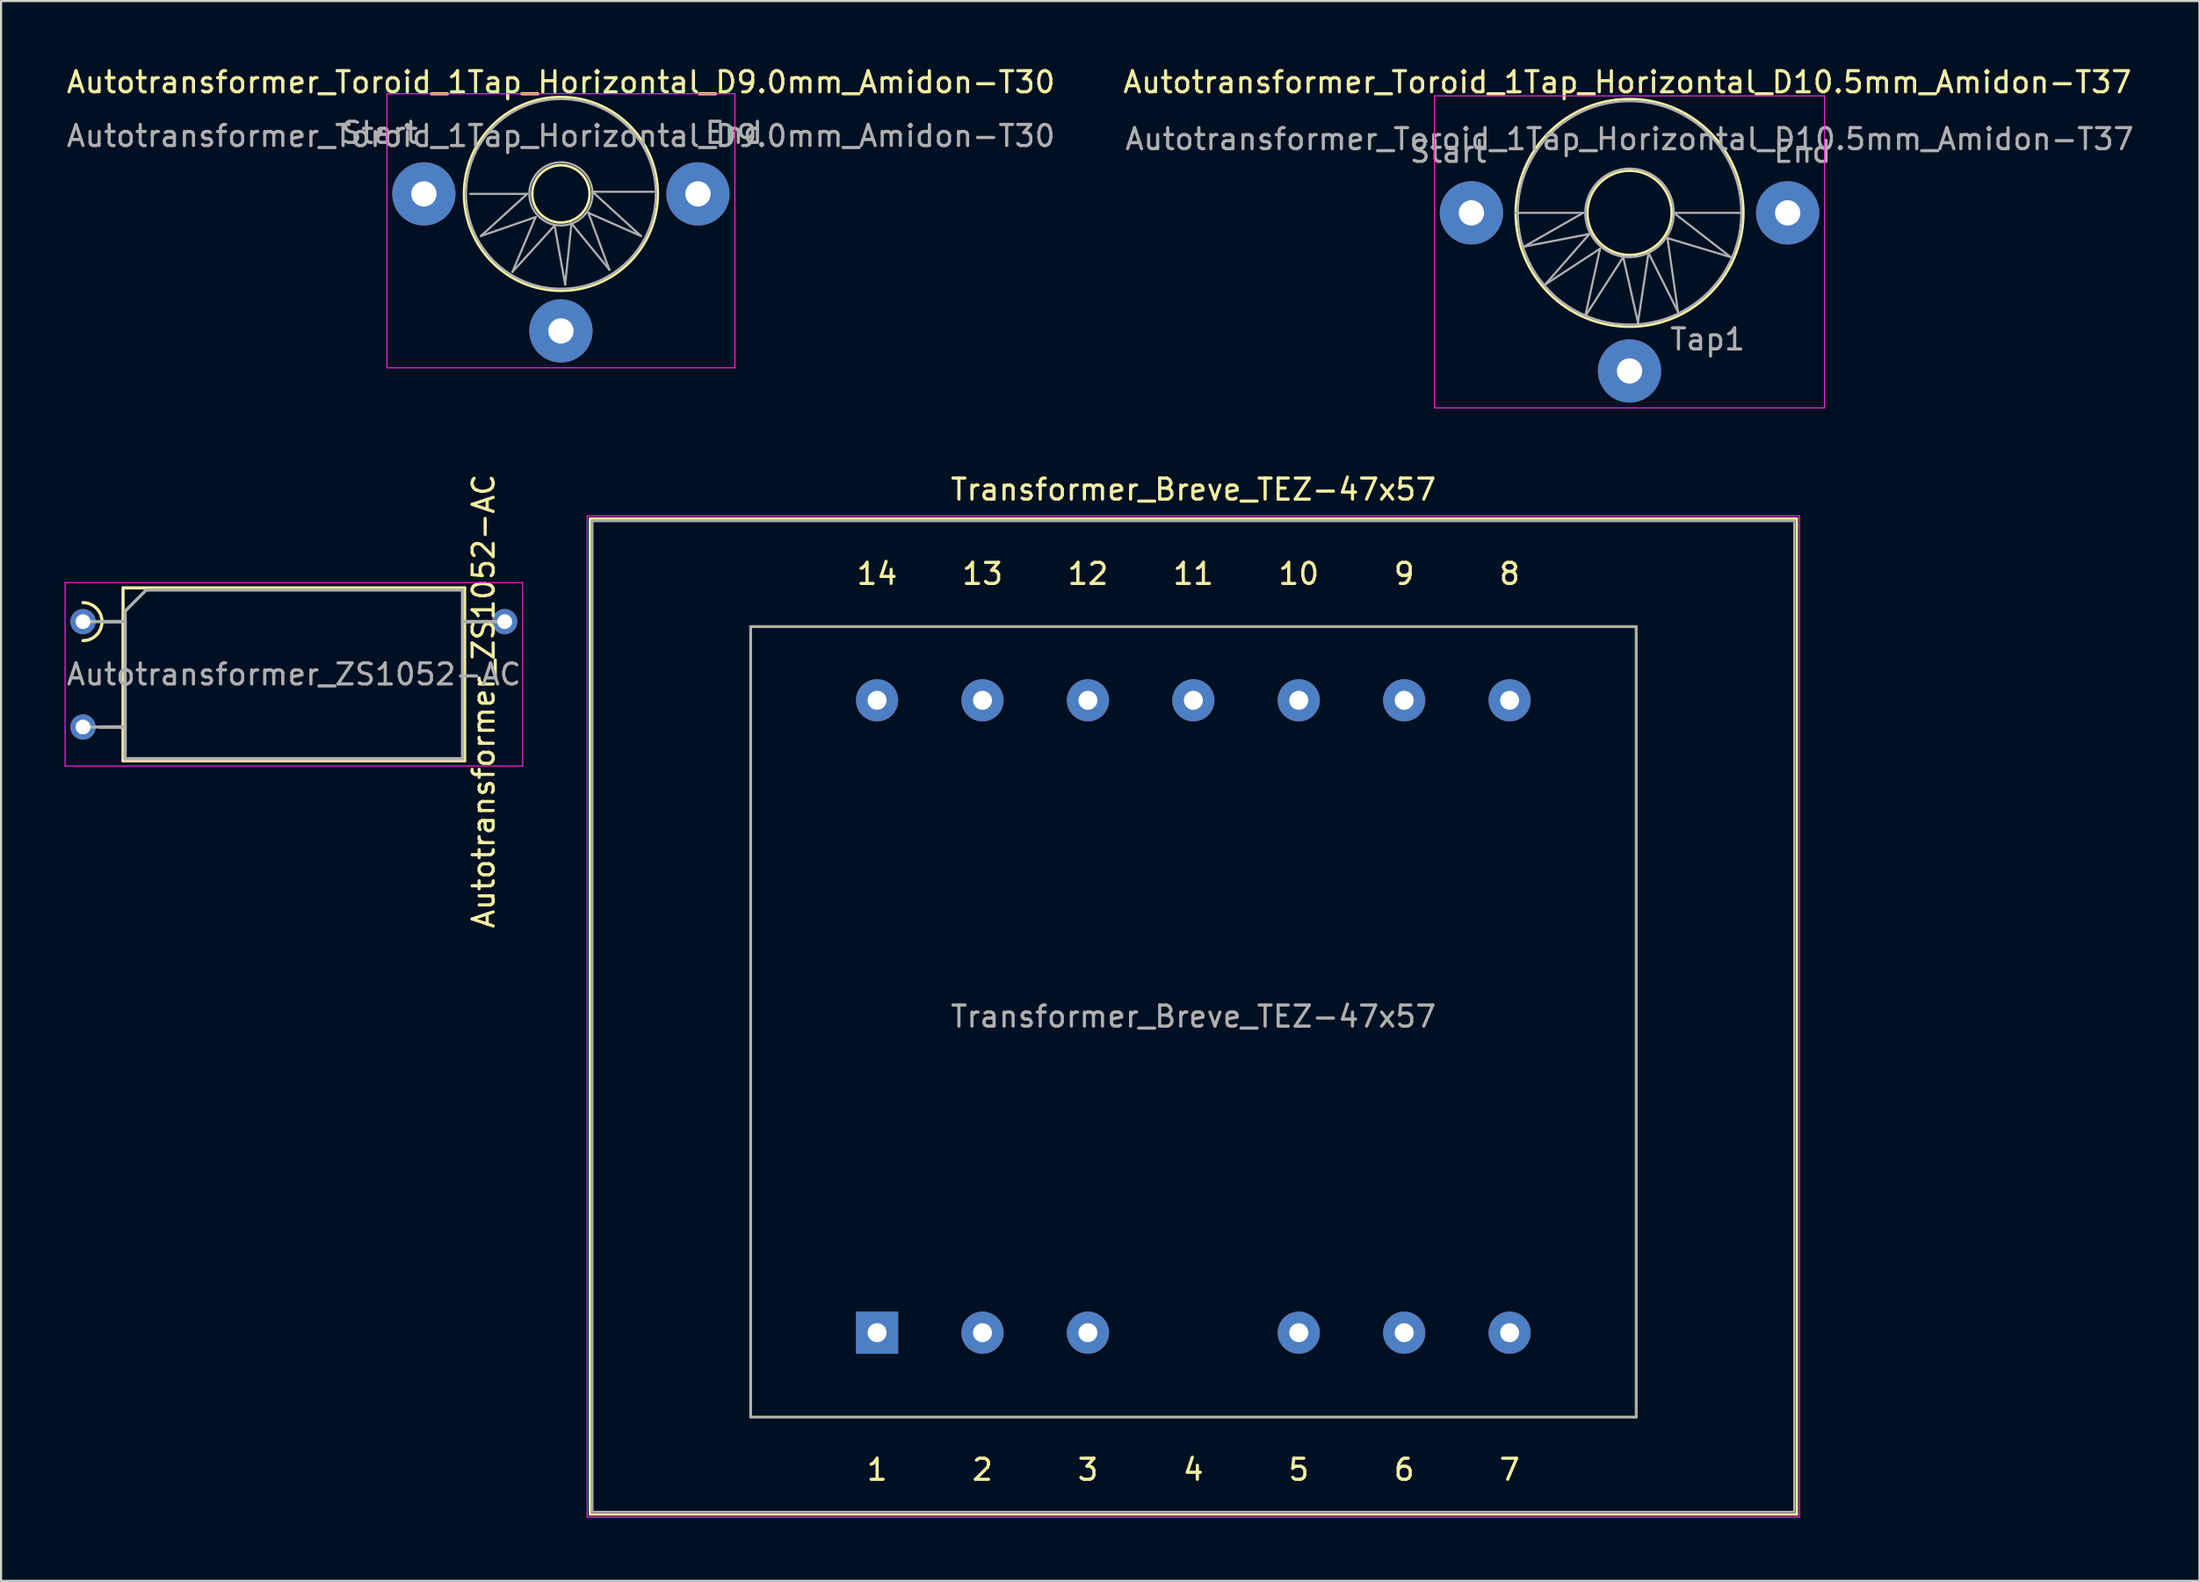
<source format=kicad_pcb>
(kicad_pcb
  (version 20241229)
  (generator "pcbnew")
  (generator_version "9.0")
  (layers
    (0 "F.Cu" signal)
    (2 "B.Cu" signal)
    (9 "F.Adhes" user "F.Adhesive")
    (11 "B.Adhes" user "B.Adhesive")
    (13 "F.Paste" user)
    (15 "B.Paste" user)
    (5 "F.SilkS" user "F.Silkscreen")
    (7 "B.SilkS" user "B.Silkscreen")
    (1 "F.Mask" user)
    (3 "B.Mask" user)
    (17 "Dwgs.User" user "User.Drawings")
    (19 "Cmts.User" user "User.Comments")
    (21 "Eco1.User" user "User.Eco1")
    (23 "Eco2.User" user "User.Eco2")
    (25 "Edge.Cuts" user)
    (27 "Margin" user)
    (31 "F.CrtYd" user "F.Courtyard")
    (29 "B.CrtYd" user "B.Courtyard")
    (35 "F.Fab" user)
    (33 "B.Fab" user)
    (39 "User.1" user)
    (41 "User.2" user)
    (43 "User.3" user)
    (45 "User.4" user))
  (footprint "Autotransformer_Toroid_1Tap_Horizontal_D10.5mm_Amidon-T37"
    (layer "F.Cu")
    (at 66.737 7.048)
    (property "Reference" "Autotransformer_Toroid_1Tap_Horizontal_D10.5mm_Amidon-T37" (at 7.4 -6.2 0) (layer "F.SilkS") (effects (font (size 1 1) (thickness 0.15))))
    (attr through_hole)
    (fp_circle (center 7.5 0) (end 9.5 0) (stroke (width 0.12) (type solid)) (fill no) (layer "F.SilkS"))
    (fp_circle (center 7.5 0) (end 12.9 0) (stroke (width 0.12) (type solid)) (fill no) (layer "F.SilkS"))
    (fp_line (start -1.75 -5.55) (end -1.75 9.25) (stroke (width 0.05) (type solid)) (layer "F.CrtYd"))
    (fp_line (start -1.75 -5.55) (end 16.75 -5.55) (stroke (width 0.05) (type solid)) (layer "F.CrtYd"))
    (fp_line (start 16.75 9.25) (end -1.75 9.25) (stroke (width 0.05) (type solid)) (layer "F.CrtYd"))
    (fp_line (start 16.75 9.25) (end 16.75 -5.55) (stroke (width 0.05) (type solid)) (layer "F.CrtYd"))
    (fp_line (start 2.1 0) (end 5.3 0) (stroke (width 0.1) (type solid)) (layer "F.Fab"))
    (fp_line (start 2.5 1.6) (end 5.6 1) (stroke (width 0.1) (type solid)) (layer "F.Fab"))
    (fp_line (start 3.5 3.4) (end 6.1 1.7) (stroke (width 0.1) (type solid)) (layer "F.Fab"))
    (fp_line (start 5.3 0) (end 2.5 1.6) (stroke (width 0.1) (type solid)) (layer "F.Fab"))
    (fp_line (start 5.4 4.9) (end 7.2 2.1) (stroke (width 0.1) (type solid)) (layer "F.Fab"))
    (fp_line (start 5.6 1) (end 3.5 3.4) (stroke (width 0.1) (type solid)) (layer "F.Fab"))
    (fp_line (start 6.1 1.7) (end 5.4 4.9) (stroke (width 0.1) (type solid)) (layer "F.Fab"))
    (fp_line (start 7.2 2.1) (end 7.9 5.2) (stroke (width 0.1) (type solid)) (layer "F.Fab"))
    (fp_line (start 7.9 5.2) (end 8.4 1.9) (stroke (width 0.1) (type solid)) (layer "F.Fab"))
    (fp_line (start 8.4 1.9) (end 9.8 4.7) (stroke (width 0.1) (type solid)) (layer "F.Fab"))
    (fp_line (start 9.3 1.2) (end 12.3 2.1) (stroke (width 0.1) (type solid)) (layer "F.Fab"))
    (fp_line (start 9.6 0) (end 12.8 0) (stroke (width 0.1) (type solid)) (layer "F.Fab"))
    (fp_line (start 9.8 4.7) (end 9.3 1.2) (stroke (width 0.1) (type solid)) (layer "F.Fab"))
    (fp_line (start 12.3 2.1) (end 9.6 0) (stroke (width 0.1) (type solid)) (layer "F.Fab"))
    (fp_circle (center 7.5 0) (end 9.6 0) (stroke (width 0.1) (type solid)) (fill no) (layer "F.Fab"))
    (fp_circle (center 7.5 0) (end 12.8 0) (stroke (width 0.1) (type solid)) (fill no) (layer "F.Fab"))
    (fp_text user "Start" (at -1.1 -2.9 0) (layer "F.Fab") (effects (font (size 1 1) (thickness 0.15))))
    (fp_text user "${REFERENCE}" (at 7.5 -3.5 0) (layer "F.Fab") (effects (font (size 1 1) (thickness 0.15))))
    (fp_text user "End" (at 15.7 -2.9 0) (layer "F.Fab") (effects (font (size 1 1) (thickness 0.15))))
    (fp_text user "Tap1" (at 11.2 6 0) (layer "F.Fab") (effects (font (size 1 1) (thickness 0.15))))
    (pad "1" thru_hole circle (at 0 0) (size 3 3) (drill 1.2) (layers "*.Cu" "*.Mask"))
    (pad "2" thru_hole circle (at 7.5 7.5) (size 3 3) (drill 1.2) (layers "*.Cu" "*.Mask"))
    (pad "3" thru_hole circle (at 15 0) (size 3 3) (drill 1.2) (layers "*.Cu" "*.Mask")))
  (footprint "Transformer_Breve_TEZ-47x57"
    (layer "F.Cu")
    (at 38.549 60.172)
    (property "Reference" "Transformer_Breve_TEZ-47x57" (at 15 -40 0) (layer "F.SilkS") (effects (font (size 1 1) (thickness 0.15))))
    (attr through_hole)
    (fp_line (start -13.62 -38.62) (end -13.62 8.62) (stroke (width 0.12) (type solid)) (layer "F.SilkS"))
    (fp_line (start -13.62 -38.62) (end 43.62 -38.62) (stroke (width 0.12) (type solid)) (layer "F.SilkS"))
    (fp_line (start -6 -33.5) (end -6 4) (stroke (width 0.12) (type solid)) (layer "F.SilkS"))
    (fp_line (start -6 4) (end 36 4) (stroke (width 0.12) (type solid)) (layer "F.SilkS"))
    (fp_line (start 36 -33.5) (end -6 -33.5) (stroke (width 0.12) (type solid)) (layer "F.SilkS"))
    (fp_line (start 36 4) (end 36 -33.5) (stroke (width 0.12) (type solid)) (layer "F.SilkS"))
    (fp_line (start 43.62 8.62) (end -13.62 8.62) (stroke (width 0.12) (type solid)) (layer "F.SilkS"))
    (fp_line (start 43.62 8.62) (end 43.62 -38.62) (stroke (width 0.12) (type solid)) (layer "F.SilkS"))
    (fp_line (start -13.75 -38.75) (end -13.75 8.75) (stroke (width 0.05) (type solid)) (layer "F.CrtYd"))
    (fp_line (start -13.75 -38.75) (end 43.75 -38.75) (stroke (width 0.05) (type solid)) (layer "F.CrtYd"))
    (fp_line (start 43.75 8.75) (end -13.75 8.75) (stroke (width 0.05) (type solid)) (layer "F.CrtYd"))
    (fp_line (start 43.75 8.75) (end 43.75 -38.75) (stroke (width 0.05) (type solid)) (layer "F.CrtYd"))
    (fp_line (start -13.5 -38.5) (end -13.5 8.5) (stroke (width 0.1) (type solid)) (layer "F.Fab"))
    (fp_line (start -13.5 -38.5) (end 43.5 -38.5) (stroke (width 0.1) (type solid)) (layer "F.Fab"))
    (fp_line (start -6 -33.5) (end -6 4) (stroke (width 0.1) (type solid)) (layer "F.Fab"))
    (fp_line (start -6 4) (end 36 4) (stroke (width 0.1) (type solid)) (layer "F.Fab"))
    (fp_line (start 36 -33.5) (end -6 -33.5) (stroke (width 0.1) (type solid)) (layer "F.Fab"))
    (fp_line (start 36 4) (end 36 -33.5) (stroke (width 0.1) (type solid)) (layer "F.Fab"))
    (fp_line (start 43.5 -38.5) (end 43.5 8.5) (stroke (width 0.1) (type solid)) (layer "F.Fab"))
    (fp_line (start 43.5 8.5) (end -13.5 8.5) (stroke (width 0.1) (type solid)) (layer "F.Fab"))
    (fp_text user "8" (at 30 -36 0) (layer "F.SilkS") (effects (font (size 1 1) (thickness 0.15))))
    (fp_text user "10" (at 20 -36 0) (layer "F.SilkS") (effects (font (size 1 1) (thickness 0.15))))
    (fp_text user "6" (at 25 6.5 0) (layer "F.SilkS") (effects (font (size 1 1) (thickness 0.15))))
    (fp_text user "1" (at 0 6.5 0) (layer "F.SilkS") (effects (font (size 1 1) (thickness 0.15))))
    (fp_text user "2" (at 5 6.5 0) (layer "F.SilkS") (effects (font (size 1 1) (thickness 0.15))))
    (fp_text user "11" (at 15 -36 0) (layer "F.SilkS") (effects (font (size 1 1) (thickness 0.15))))
    (fp_text user "12" (at 10 -36 0) (layer "F.SilkS") (effects (font (size 1 1) (thickness 0.15))))
    (fp_text user "7" (at 30 6.5 0) (layer "F.SilkS") (effects (font (size 1 1) (thickness 0.15))))
    (fp_text user "14" (at 0 -36 0) (layer "F.SilkS") (effects (font (size 1 1) (thickness 0.15))))
    (fp_text user "4" (at 15 6.5 0) (layer "F.SilkS") (effects (font (size 1 1) (thickness 0.15))))
    (fp_text user "13" (at 5 -36 0) (layer "F.SilkS") (effects (font (size 1 1) (thickness 0.15))))
    (fp_text user "5" (at 20 6.5 0) (layer "F.SilkS") (effects (font (size 1 1) (thickness 0.15))))
    (fp_text user "9" (at 25 -36 0) (layer "F.SilkS") (effects (font (size 1 1) (thickness 0.15))))
    (fp_text user "3" (at 10 6.5 0) (layer "F.SilkS") (effects (font (size 1 1) (thickness 0.15))))
    (fp_text user "${REFERENCE}" (at 15 -15 0) (layer "F.Fab") (effects (font (size 1 1) (thickness 0.15))))
    (pad "1" thru_hole rect (at 0 0) (size 2 2) (drill 0.9) (layers "*.Cu" "*.Mask"))
    (pad "2" thru_hole circle (at 5 0) (size 2 2) (drill 0.9) (layers "*.Cu" "*.Mask"))
    (pad "3" thru_hole circle (at 10 0) (size 2 2) (drill 0.9) (layers "*.Cu" "*.Mask"))
    (pad "5" thru_hole circle (at 20 0) (size 2 2) (drill 0.9) (layers "*.Cu" "*.Mask"))
    (pad "6" thru_hole circle (at 25 0) (size 2 2) (drill 0.9) (layers "*.Cu" "*.Mask"))
    (pad "7" thru_hole circle (at 30 0) (size 2 2) (drill 0.9) (layers "*.Cu" "*.Mask"))
    (pad "8" thru_hole circle (at 30 -30) (size 2 2) (drill 0.9) (layers "*.Cu" "*.Mask"))
    (pad "9" thru_hole circle (at 25 -30) (size 2 2) (drill 0.9) (layers "*.Cu" "*.Mask"))
    (pad "10" thru_hole circle (at 20 -30) (size 2 2) (drill 0.9) (layers "*.Cu" "*.Mask"))
    (pad "11" thru_hole circle (at 15 -30) (size 2 2) (drill 0.9) (layers "*.Cu" "*.Mask"))
    (pad "12" thru_hole circle (at 10 -30) (size 2 2) (drill 0.9) (layers "*.Cu" "*.Mask"))
    (pad "13" thru_hole circle (at 5 -30) (size 2 2) (drill 0.9) (layers "*.Cu" "*.Mask"))
    (pad "14" thru_hole circle (at 0 -30) (size 2 2) (drill 0.9) (layers "*.Cu" "*.Mask")))
  (footprint "Autotransformer_Toroid_1Tap_Horizontal_D9.0mm_Amidon-T30"
    (layer "F.Cu")
    (at 17.054 6.148)
    (property "Reference" "Autotransformer_Toroid_1Tap_Horizontal_D9.0mm_Amidon-T30" (at 6.5 -5.3 0) (layer "F.SilkS") (effects (font (size 1 1) (thickness 0.15))))
    (attr through_hole)
    (fp_circle (center 6.5 0) (end 7.6 0.8) (stroke (width 0.12) (type solid)) (fill no) (layer "F.SilkS"))
    (fp_circle (center 6.5 0) (end 9.8 3.2) (stroke (width 0.12) (type solid)) (fill no) (layer "F.SilkS"))
    (fp_line (start -1.75 -4.75) (end -1.75 8.25) (stroke (width 0.05) (type solid)) (layer "F.CrtYd"))
    (fp_line (start -1.75 -4.75) (end 14.75 -4.75) (stroke (width 0.05) (type solid)) (layer "F.CrtYd"))
    (fp_line (start 14.75 8.25) (end -1.75 8.25) (stroke (width 0.05) (type solid)) (layer "F.CrtYd"))
    (fp_line (start 14.75 8.25) (end 14.75 -4.75) (stroke (width 0.05) (type solid)) (layer "F.CrtYd"))
    (fp_line (start 2.2 0) (end 4.9 0) (stroke (width 0.1) (type solid)) (layer "F.Fab"))
    (fp_line (start 2.7 2) (end 5.3 1.1) (stroke (width 0.1) (type solid)) (layer "F.Fab"))
    (fp_line (start 4.2 3.7) (end 6.2 1.5) (stroke (width 0.1) (type solid)) (layer "F.Fab"))
    (fp_line (start 4.9 0) (end 2.7 2) (stroke (width 0.1) (type solid)) (layer "F.Fab"))
    (fp_line (start 5.3 1.1) (end 4.2 3.7) (stroke (width 0.1) (type solid)) (layer "F.Fab"))
    (fp_line (start 6.2 1.5) (end 6.7 4.3) (stroke (width 0.1) (type solid)) (layer "F.Fab"))
    (fp_line (start 6.7 4.3) (end 7 1.4) (stroke (width 0.1) (type solid)) (layer "F.Fab"))
    (fp_line (start 7 1.4) (end 8.8 3.6) (stroke (width 0.1) (type solid)) (layer "F.Fab"))
    (fp_line (start 7.8 0.9) (end 10.3 2) (stroke (width 0.1) (type solid)) (layer "F.Fab"))
    (fp_line (start 8 -0.1) (end 10.9 -0.1) (stroke (width 0.1) (type solid)) (layer "F.Fab"))
    (fp_line (start 8.8 3.6) (end 7.8 0.9) (stroke (width 0.1) (type solid)) (layer "F.Fab"))
    (fp_line (start 10.3 2) (end 8 -0.1) (stroke (width 0.1) (type solid)) (layer "F.Fab"))
    (fp_circle (center 6.5 0) (end 8 0) (stroke (width 0.1) (type solid)) (fill no) (layer "F.Fab"))
    (fp_circle (center 6.5 0) (end 11 0) (stroke (width 0.1) (type solid)) (fill no) (layer "F.Fab"))
    (fp_text user "Start" (at -2.1 -2.9 0) (layer "F.Fab") (effects (font (size 1 1) (thickness 0.15))))
    (fp_text user "End" (at 14.7 -2.9 0) (layer "F.Fab") (effects (font (size 1 1) (thickness 0.15))))
    (fp_text user "${REFERENCE}" (at 6.5 -2.75 0) (layer "F.Fab") (effects (font (size 1 1) (thickness 0.15))))
    (pad "1" thru_hole circle (at 0 0) (size 3 3) (drill 1.2) (layers "*.Cu" "*.Mask"))
    (pad "2" thru_hole circle (at 6.5 6.5) (size 3 3) (drill 1.2) (layers "*.Cu" "*.Mask"))
    (pad "3" thru_hole circle (at 13 0) (size 3 3) (drill 1.2) (layers "*.Cu" "*.Mask")))
  (footprint "Autotransformer_ZS1052-AC"
    (layer "F.Cu")
    (at 0.887 26.44)
    (property "Reference" "Autotransformer_ZS1052-AC" (at 19 3.77 90) (layer "F.SilkS") (effects (font (size 1 1) (thickness 0.15))))
    (attr through_hole)
    (fp_line (start 0.8 5) (end 1.9 5) (stroke (width 0.15) (type solid)) (layer "F.SilkS"))
    (fp_line (start 0.9 0) (end 1.9 0) (stroke (width 0.15) (type solid)) (layer "F.SilkS"))
    (fp_line (start 1.9 -1.6) (end 1.9 6.6) (stroke (width 0.15) (type solid)) (layer "F.SilkS"))
    (fp_line (start 1.9 6.6) (end 18.1 6.6) (stroke (width 0.15) (type solid)) (layer "F.SilkS"))
    (fp_line (start 18.1 -1.6) (end 1.9 -1.6) (stroke (width 0.15) (type solid)) (layer "F.SilkS"))
    (fp_line (start 18.1 6.6) (end 18.1 -1.6) (stroke (width 0.15) (type solid)) (layer "F.SilkS"))
    (fp_line (start 19.2 0) (end 18.1 0) (stroke (width 0.15) (type solid)) (layer "F.SilkS"))
    (fp_arc (start 0 -0.9) (mid 0.9 0) (end 0 0.9) (stroke (width 0.15) (type solid)) (layer "F.SilkS"))
    (fp_line (start -0.85 -1.85) (end -0.85 6.85) (stroke (width 0.05) (type solid)) (layer "F.CrtYd"))
    (fp_line (start -0.85 6.85) (end 20.85 6.85) (stroke (width 0.05) (type solid)) (layer "F.CrtYd"))
    (fp_line (start 20.85 -1.85) (end -0.85 -1.85) (stroke (width 0.05) (type solid)) (layer "F.CrtYd"))
    (fp_line (start 20.85 6.85) (end 20.85 -1.85) (stroke (width 0.05) (type solid)) (layer "F.CrtYd"))
    (fp_line (start 0 0) (end 2 0) (stroke (width 0.15) (type solid)) (layer "F.Fab"))
    (fp_line (start 0 5) (end 2 5) (stroke (width 0.15) (type solid)) (layer "F.Fab"))
    (fp_line (start 2 -0.5) (end 2 6.5) (stroke (width 0.15) (type solid)) (layer "F.Fab"))
    (fp_line (start 2 -0.5) (end 3 -1.5) (stroke (width 0.15) (type solid)) (layer "F.Fab"))
    (fp_line (start 2 6.5) (end 18 6.5) (stroke (width 0.15) (type solid)) (layer "F.Fab"))
    (fp_line (start 18 -1.5) (end 3 -1.5) (stroke (width 0.15) (type solid)) (layer "F.Fab"))
    (fp_line (start 18 6.5) (end 18 -1.5) (stroke (width 0.15) (type solid)) (layer "F.Fab"))
    (fp_line (start 20 0) (end 18 0) (stroke (width 0.15) (type solid)) (layer "F.Fab"))
    (fp_text user "${REFERENCE}" (at 10 2.5 0) (layer "F.Fab") (effects (font (size 1 1) (thickness 0.15))))
    (pad "1" thru_hole circle (at 0 0 270) (size 1.2 1.2) (drill 0.7) (layers "*.Cu" "*.Mask"))
    (pad "2" thru_hole circle (at 20 0 270) (size 1.2 1.2) (drill 0.7) (layers "*.Cu" "*.Mask"))
    (pad "3" thru_hole circle (at 0 5 270) (size 1.2 1.2) (drill 0.7) (layers "*.Cu" "*.Mask")))
  (gr_rect
    (start -3 -3)
    (end 101.267 71.947)
    (stroke (width 0.1) (type default))
    (fill no)
    (layer "Edge.Cuts")))
</source>
